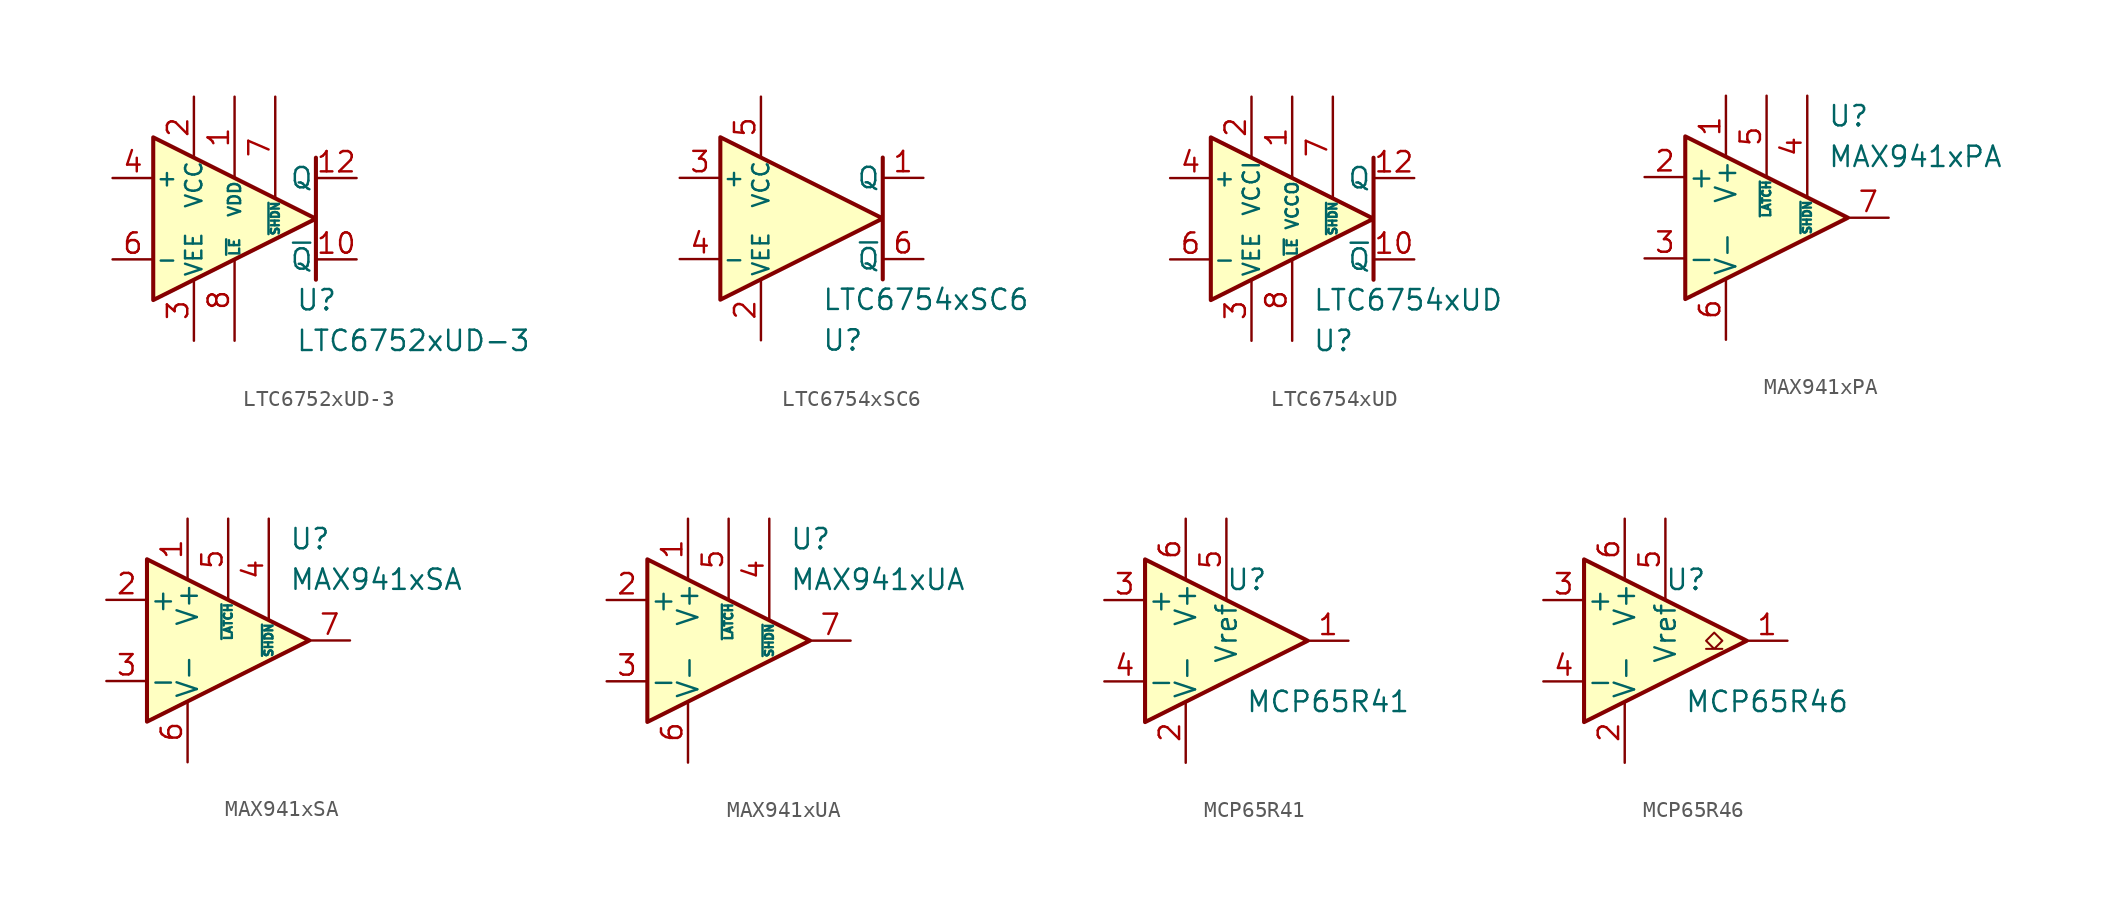
<source format=kicad_sym>
(kicad_symbol_lib
  (version 20201005)
  (generator kicad_symbol_editor)
  (symbol "LTC6752xUD-3"
    (pin_names
      (offset 0.127))
    (property "Reference" "U"
      (at 3.81 -5.08 0)
      (effects (font (size 1.27 1.27)) (justify left)))
    (property "Value" "LTC6752xUD-3"
      (at 3.81 -7.62 0)
      (effects (font (size 1.27 1.27)) (justify left)))
    (symbol "LTC6752xUD-3_0_1"
      (polyline (pts (xy 5.08 3.81) (xy 5.08 0) (xy -5.08 5.08) (xy -5.08 -5.08) (xy 5.08 0) (xy 5.08 -3.81)) (stroke (width 0.254)) (fill (type background))))
    (symbol "LTC6752xUD-3_1_1"
      (pin power_in line (at 0 7.62 270) (length 5.08) (name "VDD" (effects (font (size 0.762 0.762)))) (number "1" (effects (font (size 1.27 1.27)))))
      (pin output line (at 7.62 -2.54 180) (length 2.54) (name "~Q" (effects (font (size 1.27 1.27)))) (number "10" (effects (font (size 1.27 1.27)))))
      (pin no_connect line (at 5.08 0 180) (length 2.54) hide (name "NC" (effects (font (size 1.27 1.27)))) (number "11" (effects (font (size 1.27 1.27)))))
      (pin output line (at 7.62 2.54 180) (length 2.54) (name "Q" (effects (font (size 1.27 1.27)))) (number "12" (effects (font (size 1.27 1.27)))))
      (pin passive line (at -2.54 -7.62 90) (length 3.81) hide (name "VEE" (effects (font (size 1.016 1.016)))) (number "13" (effects (font (size 1.27 1.27)))))
      (pin power_in line (at -2.54 7.62 270) (length 3.81) (name "VCC" (effects (font (size 1.016 1.016)))) (number "2" (effects (font (size 1.27 1.27)))))
      (pin power_in line (at -2.54 -7.62 90) (length 3.81) (name "VEE" (effects (font (size 1.016 1.016)))) (number "3" (effects (font (size 1.27 1.27)))))
      (pin input line (at -7.62 2.54 0) (length 2.54) (name "+" (effects (font (size 1.016 1.016)))) (number "4" (effects (font (size 1.27 1.27)))))
      (pin no_connect line (at -5.08 0 0) (length 2.54) hide (name "NC" (effects (font (size 1.27 1.27)))) (number "5" (effects (font (size 1.27 1.27)))))
      (pin input line (at -7.62 -2.54 0) (length 2.54) (name "-" (effects (font (size 1.016 1.016)))) (number "6" (effects (font (size 1.27 1.27)))))
      (pin input line (at 2.54 7.62 270) (length 6.35) (name "~SHDN" (effects (font (size 0.508 0.508)))) (number "7" (effects (font (size 1.27 1.27)))))
      (pin input line (at 0 -7.62 90) (length 5.08) (name "~LE" (effects (font (size 0.635 0.635)))) (number "8" (effects (font (size 1.27 1.27)))))
      (pin passive line (at -2.54 -7.62 90) (length 3.81) hide (name "VEE" (effects (font (size 1.016 1.016)))) (number "9" (effects (font (size 1.27 1.27)))))))
  (symbol "LTC6754xSC6"
    (pin_names
      (offset 0.127))
    (property "Reference" "U"
      (at 1.27 -7.62 0)
      (effects (font (size 1.27 1.27)) (justify left)))
    (property "Value" "LTC6754xSC6"
      (at 1.27 -5.08 0)
      (effects (font (size 1.27 1.27)) (justify left)))
    (symbol "LTC6754xSC6_0_1"
      (polyline (pts (xy 5.08 3.81) (xy 5.08 0) (xy -5.08 5.08) (xy -5.08 -5.08) (xy 5.08 0) (xy 5.08 -3.81)) (stroke (width 0.254)) (fill (type background))))
    (symbol "LTC6754xSC6_1_1"
      (pin output line (at 7.62 2.54 180) (length 2.54) (name "Q" (effects (font (size 1.27 1.27)))) (number "1" (effects (font (size 1.27 1.27)))))
      (pin power_in line (at -2.54 -7.62 90) (length 3.81) (name "VEE" (effects (font (size 1.016 1.016)))) (number "2" (effects (font (size 1.27 1.27)))))
      (pin input line (at -7.62 2.54 0) (length 2.54) (name "+" (effects (font (size 1.016 1.016)))) (number "3" (effects (font (size 1.27 1.27)))))
      (pin input line (at -7.62 -2.54 0) (length 2.54) (name "-" (effects (font (size 1.016 1.016)))) (number "4" (effects (font (size 1.27 1.27)))))
      (pin power_in line (at -2.54 7.62 270) (length 3.81) (name "VCC" (effects (font (size 1.016 1.016)))) (number "5" (effects (font (size 1.27 1.27)))))
      (pin output line (at 7.62 -2.54 180) (length 2.54) (name "~Q" (effects (font (size 1.27 1.27)))) (number "6" (effects (font (size 1.27 1.27)))))))
  (symbol "LTC6754xUD"
    (pin_names
      (offset 0.127))
    (property "Reference" "U"
      (at 1.27 -7.62 0)
      (effects (font (size 1.27 1.27)) (justify left)))
    (property "Value" "LTC6754xUD"
      (at 1.27 -5.08 0)
      (effects (font (size 1.27 1.27)) (justify left)))
    (symbol "LTC6754xUD_0_1"
      (polyline (pts (xy 5.08 3.81) (xy 5.08 0) (xy -5.08 5.08) (xy -5.08 -5.08) (xy 5.08 0) (xy 5.08 -3.81)) (stroke (width 0.254)) (fill (type background))))
    (symbol "LTC6754xUD_1_1"
      (pin power_in line (at 0 7.62 270) (length 5.08) (name "VCCO" (effects (font (size 0.762 0.762)))) (number "1" (effects (font (size 1.27 1.27)))))
      (pin output line (at 7.62 -2.54 180) (length 2.54) (name "~Q" (effects (font (size 1.27 1.27)))) (number "10" (effects (font (size 1.27 1.27)))))
      (pin no_connect line (at 5.08 0 180) (length 2.54) hide (name "NC" (effects (font (size 1.27 1.27)))) (number "11" (effects (font (size 1.27 1.27)))))
      (pin output line (at 7.62 2.54 180) (length 2.54) (name "Q" (effects (font (size 1.27 1.27)))) (number "12" (effects (font (size 1.27 1.27)))))
      (pin passive line (at -2.54 -7.62 90) (length 3.81) hide (name "VEE" (effects (font (size 1.016 1.016)))) (number "13" (effects (font (size 1.27 1.27)))))
      (pin power_in line (at -2.54 7.62 270) (length 3.81) (name "VCCI" (effects (font (size 1.016 1.016)))) (number "2" (effects (font (size 1.27 1.27)))))
      (pin power_in line (at -2.54 -7.62 90) (length 3.81) (name "VEE" (effects (font (size 1.016 1.016)))) (number "3" (effects (font (size 1.27 1.27)))))
      (pin input line (at -7.62 2.54 0) (length 2.54) (name "+" (effects (font (size 1.016 1.016)))) (number "4" (effects (font (size 1.27 1.27)))))
      (pin no_connect line (at -5.08 0 0) (length 2.54) hide (name "NC" (effects (font (size 1.27 1.27)))) (number "5" (effects (font (size 1.27 1.27)))))
      (pin input line (at -7.62 -2.54 0) (length 2.54) (name "-" (effects (font (size 1.016 1.016)))) (number "6" (effects (font (size 1.27 1.27)))))
      (pin input line (at 2.54 7.62 270) (length 6.35) (name "~SHDN" (effects (font (size 0.508 0.508)))) (number "7" (effects (font (size 1.27 1.27)))))
      (pin input line (at 0 -7.62 90) (length 5.08) (name "~LE" (effects (font (size 0.635 0.635)))) (number "8" (effects (font (size 1.27 1.27)))))
      (pin passive line (at -2.54 -7.62 90) (length 3.81) hide (name "VEE" (effects (font (size 1.016 1.016)))) (number "9" (effects (font (size 1.27 1.27)))))))
  (symbol "MAX941xPA"
    (pin_names
      (offset 0.127))
    (property "Reference" "U"
      (at 3.81 6.35 0)
      (effects (font (size 1.27 1.27)) (justify left)))
    (property "Value" "MAX941xPA"
      (at 3.81 3.81 0)
      (effects (font (size 1.27 1.27)) (justify left)))
    (symbol "MAX941xPA_0_1"
      (polyline (pts (xy -5.08 5.08) (xy -5.08 -5.08) (xy 5.08 0) (xy -5.08 5.08)) (stroke (width 0.254)) (fill (type background))))
    (symbol "MAX941xPA_1_1"
      (pin power_in line (at -2.54 7.62 270) (length 3.81) (name "V+" (effects (font (size 1.27 1.27)))) (number "1" (effects (font (size 1.27 1.27)))))
      (pin input line (at -7.62 2.54 0) (length 2.54) (name "+" (effects (font (size 1.27 1.27)))) (number "2" (effects (font (size 1.27 1.27)))))
      (pin input line (at -7.62 -2.54 0) (length 2.54) (name "-" (effects (font (size 1.27 1.27)))) (number "3" (effects (font (size 1.27 1.27)))))
      (pin input line (at 2.54 7.62 270) (length 6.35) (name "~SHDN" (effects (font (size 0.508 0.508)))) (number "4" (effects (font (size 1.27 1.27)))))
      (pin input line (at 0 7.62 270) (length 5.08) (name "~LATCH" (effects (font (size 0.508 0.508)))) (number "5" (effects (font (size 1.27 1.27)))))
      (pin power_in line (at -2.54 -7.62 90) (length 3.81) (name "V-" (effects (font (size 1.27 1.27)))) (number "6" (effects (font (size 1.27 1.27)))))
      (pin output line (at 7.62 0 180) (length 2.54) (name "~" (effects (font (size 1.27 1.27)))) (number "7" (effects (font (size 1.27 1.27)))))
      (pin no_connect line (at 0 -2.54 90) (length 2.54) hide (name "NC" (effects (font (size 0.508 0.508)))) (number "8" (effects (font (size 1.27 1.27)))))))
  (symbol "MAX941xSA"
    (pin_names
      (offset 0.127))
    (property "Reference" "U"
      (at 3.81 6.35 0)
      (effects (font (size 1.27 1.27)) (justify left)))
    (property "Value" "MAX941xSA"
      (at 3.81 3.81 0)
      (effects (font (size 1.27 1.27)) (justify left)))
    (symbol "MAX941xSA_0_1"
      (polyline (pts (xy -5.08 5.08) (xy -5.08 -5.08) (xy 5.08 0) (xy -5.08 5.08)) (stroke (width 0.254)) (fill (type background))))
    (symbol "MAX941xSA_1_1"
      (pin power_in line (at -2.54 7.62 270) (length 3.81) (name "V+" (effects (font (size 1.27 1.27)))) (number "1" (effects (font (size 1.27 1.27)))))
      (pin input line (at -7.62 2.54 0) (length 2.54) (name "+" (effects (font (size 1.27 1.27)))) (number "2" (effects (font (size 1.27 1.27)))))
      (pin input line (at -7.62 -2.54 0) (length 2.54) (name "-" (effects (font (size 1.27 1.27)))) (number "3" (effects (font (size 1.27 1.27)))))
      (pin input line (at 2.54 7.62 270) (length 6.35) (name "~SHDN" (effects (font (size 0.508 0.508)))) (number "4" (effects (font (size 1.27 1.27)))))
      (pin input line (at 0 7.62 270) (length 5.08) (name "~LATCH" (effects (font (size 0.508 0.508)))) (number "5" (effects (font (size 1.27 1.27)))))
      (pin power_in line (at -2.54 -7.62 90) (length 3.81) (name "V-" (effects (font (size 1.27 1.27)))) (number "6" (effects (font (size 1.27 1.27)))))
      (pin output line (at 7.62 0 180) (length 2.54) (name "~" (effects (font (size 1.27 1.27)))) (number "7" (effects (font (size 1.27 1.27)))))
      (pin no_connect line (at 0 -2.54 90) (length 2.54) hide (name "NC" (effects (font (size 0.508 0.508)))) (number "8" (effects (font (size 1.27 1.27)))))))
  (symbol "MAX941xUA"
    (pin_names
      (offset 0.127))
    (property "Reference" "U"
      (at 3.81 6.35 0)
      (effects (font (size 1.27 1.27)) (justify left)))
    (property "Value" "MAX941xUA"
      (at 3.81 3.81 0)
      (effects (font (size 1.27 1.27)) (justify left)))
    (symbol "MAX941xUA_0_1"
      (polyline (pts (xy -5.08 5.08) (xy -5.08 -5.08) (xy 5.08 0) (xy -5.08 5.08)) (stroke (width 0.254)) (fill (type background))))
    (symbol "MAX941xUA_1_1"
      (pin power_in line (at -2.54 7.62 270) (length 3.81) (name "V+" (effects (font (size 1.27 1.27)))) (number "1" (effects (font (size 1.27 1.27)))))
      (pin input line (at -7.62 2.54 0) (length 2.54) (name "+" (effects (font (size 1.27 1.27)))) (number "2" (effects (font (size 1.27 1.27)))))
      (pin input line (at -7.62 -2.54 0) (length 2.54) (name "-" (effects (font (size 1.27 1.27)))) (number "3" (effects (font (size 1.27 1.27)))))
      (pin input line (at 2.54 7.62 270) (length 6.35) (name "~SHDN" (effects (font (size 0.508 0.508)))) (number "4" (effects (font (size 1.27 1.27)))))
      (pin input line (at 0 7.62 270) (length 5.08) (name "~LATCH" (effects (font (size 0.508 0.508)))) (number "5" (effects (font (size 1.27 1.27)))))
      (pin power_in line (at -2.54 -7.62 90) (length 3.81) (name "V-" (effects (font (size 1.27 1.27)))) (number "6" (effects (font (size 1.27 1.27)))))
      (pin output line (at 7.62 0 180) (length 2.54) (name "~" (effects (font (size 1.27 1.27)))) (number "7" (effects (font (size 1.27 1.27)))))
      (pin no_connect line (at 0 -2.54 90) (length 2.54) hide (name "NC" (effects (font (size 0.508 0.508)))) (number "8" (effects (font (size 1.27 1.27)))))))
  (symbol "MCP65R41"
    (pin_names
      (offset 0.127))
    (property "Reference" "U"
      (at 1.27 3.81 0)
      (effects (font (size 1.27 1.27))))
    (property "Value" "MCP65R41"
      (at 6.35 -3.81 0)
      (effects (font (size 1.27 1.27))))
    (symbol "MCP65R41_0_1"
      (polyline (pts (xy -5.08 5.08) (xy -5.08 -5.08) (xy 5.08 0) (xy -5.08 5.08)) (stroke (width 0.254)) (fill (type background))))
    (symbol "MCP65R41_1_1"
      (pin output line (at 7.62 0 180) (length 2.54) (name "~" (effects (font (size 1.27 1.27)))) (number "1" (effects (font (size 1.27 1.27)))))
      (pin power_in line (at -2.54 -7.62 90) (length 3.81) (name "V-" (effects (font (size 1.27 1.27)))) (number "2" (effects (font (size 1.27 1.27)))))
      (pin input line (at -7.62 2.54 0) (length 2.54) (name "+" (effects (font (size 1.27 1.27)))) (number "3" (effects (font (size 1.27 1.27)))))
      (pin input line (at -7.62 -2.54 0) (length 2.54) (name "-" (effects (font (size 1.27 1.27)))) (number "4" (effects (font (size 1.27 1.27)))))
      (pin power_out line (at 0 7.62 270) (length 5.08) (name "Vref" (effects (font (size 1.27 1.27)))) (number "5" (effects (font (size 1.27 1.27)))))
      (pin power_in line (at -2.54 7.62 270) (length 3.81) (name "V+" (effects (font (size 1.27 1.27)))) (number "6" (effects (font (size 1.27 1.27)))))))
  (symbol "MCP65R46"
    (pin_names
      (offset 0.127))
    (property "Reference" "U"
      (at 1.27 3.81 0)
      (effects (font (size 1.27 1.27))))
    (property "Value" "MCP65R46"
      (at 6.35 -3.81 0)
      (effects (font (size 1.27 1.27))))
    (symbol "MCP65R46_0_1"
      (polyline (pts (xy 3.556 -0.508) (xy 3.048 -0.508) (xy 3.556 0) (xy 3.048 0.508) (xy 2.54 0) (xy 3.048 -0.508) (xy 2.54 -0.508)) (stroke (width 0.127)) (fill (type none))))
    (symbol "MCP65R46_1_1"
      (polyline (pts (xy -5.08 5.08) (xy -5.08 -5.08) (xy 5.08 0) (xy -5.08 5.08)) (stroke (width 0.254)) (fill (type background)))
      (pin open_collector line (at 7.62 0 180) (length 2.54) (name "~" (effects (font (size 1.27 1.27)))) (number "1" (effects (font (size 1.27 1.27)))))
      (pin power_in line (at -2.54 -7.62 90) (length 3.81) (name "V-" (effects (font (size 1.27 1.27)))) (number "2" (effects (font (size 1.27 1.27)))))
      (pin input line (at -7.62 2.54 0) (length 2.54) (name "+" (effects (font (size 1.27 1.27)))) (number "3" (effects (font (size 1.27 1.27)))))
      (pin input line (at -7.62 -2.54 0) (length 2.54) (name "-" (effects (font (size 1.27 1.27)))) (number "4" (effects (font (size 1.27 1.27)))))
      (pin power_out line (at 0 7.62 270) (length 5.08) (name "Vref" (effects (font (size 1.27 1.27)))) (number "5" (effects (font (size 1.27 1.27)))))
      (pin power_in line (at -2.54 7.62 270) (length 3.81) (name "V+" (effects (font (size 1.27 1.27)))) (number "6" (effects (font (size 1.27 1.27))))))))
</source>
